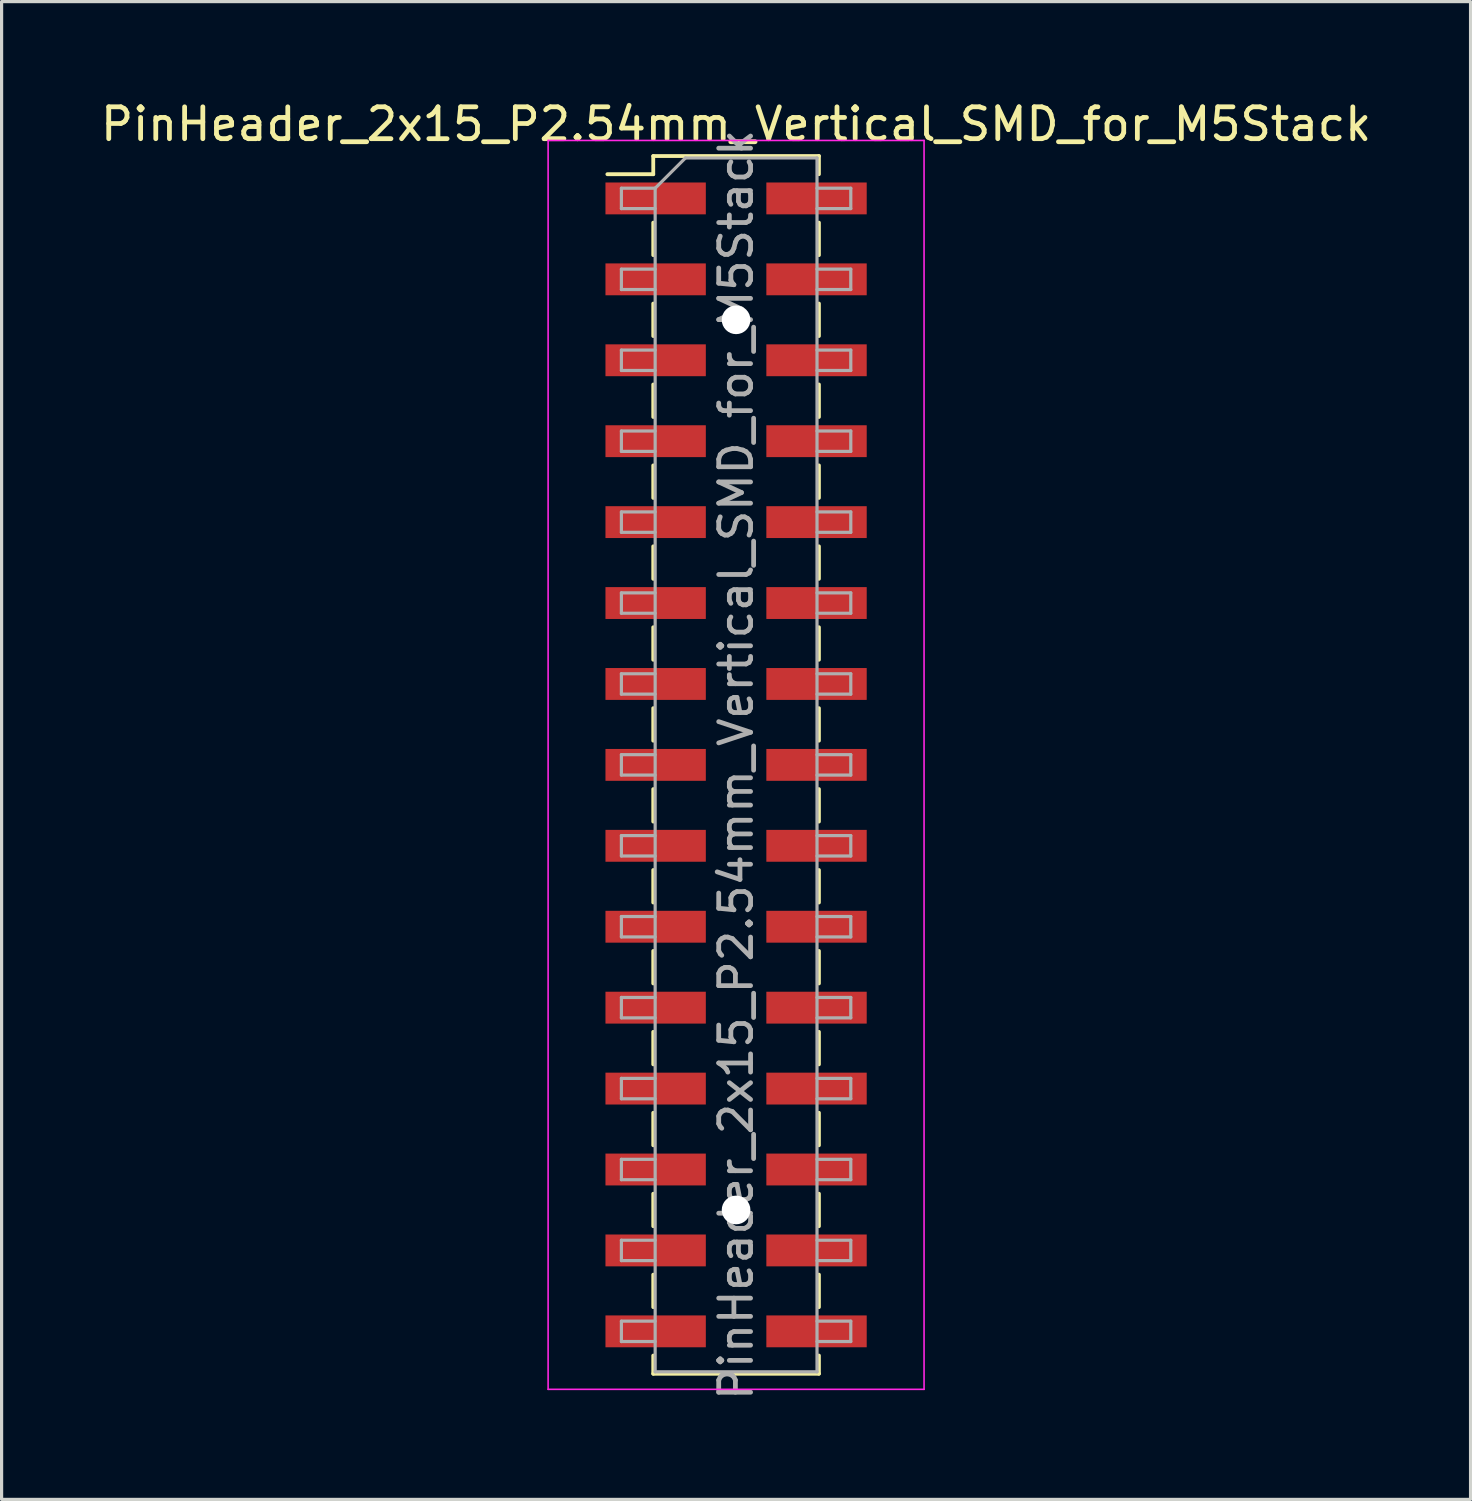
<source format=kicad_pcb>
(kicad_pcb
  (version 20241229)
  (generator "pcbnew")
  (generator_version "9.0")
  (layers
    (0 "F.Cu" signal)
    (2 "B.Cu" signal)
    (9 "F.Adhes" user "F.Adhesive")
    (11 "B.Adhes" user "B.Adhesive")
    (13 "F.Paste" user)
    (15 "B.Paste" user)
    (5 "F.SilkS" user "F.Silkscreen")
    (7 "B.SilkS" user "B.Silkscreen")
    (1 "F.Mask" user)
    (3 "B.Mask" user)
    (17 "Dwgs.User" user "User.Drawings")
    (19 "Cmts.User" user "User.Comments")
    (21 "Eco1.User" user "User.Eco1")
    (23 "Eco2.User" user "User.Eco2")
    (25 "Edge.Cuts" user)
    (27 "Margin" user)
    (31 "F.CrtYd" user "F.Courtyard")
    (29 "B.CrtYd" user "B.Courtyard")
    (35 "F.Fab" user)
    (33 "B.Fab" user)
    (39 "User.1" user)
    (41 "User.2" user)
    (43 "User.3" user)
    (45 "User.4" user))
  (footprint "PinHeader_2x15_P2.54mm_Vertical_SMD_for_M5Stack"
    (layer "F.Cu")
    (at 20.054 20.958)
    (property "Reference" "PinHeader_2x15_P2.54mm_Vertical_SMD_for_M5Stack" (at 0 -20.11 0) (layer "F.SilkS") (effects (font (size 1 1) (thickness 0.15))))
    (attr smd)
    (fp_line (start -4.04 -18.54) (end -2.6 -18.54) (stroke (width 0.12) (type solid)) (layer "F.SilkS"))
    (fp_line (start -2.6 -19.11) (end -2.6 -18.54) (stroke (width 0.12) (type solid)) (layer "F.SilkS"))
    (fp_line (start -2.6 -19.11) (end 2.6 -19.11) (stroke (width 0.12) (type solid)) (layer "F.SilkS"))
    (fp_line (start -2.6 -17.02) (end -2.6 -16) (stroke (width 0.12) (type solid)) (layer "F.SilkS"))
    (fp_line (start -2.6 -14.48) (end -2.6 -13.46) (stroke (width 0.12) (type solid)) (layer "F.SilkS"))
    (fp_line (start -2.6 -11.94) (end -2.6 -10.92) (stroke (width 0.12) (type solid)) (layer "F.SilkS"))
    (fp_line (start -2.6 -9.4) (end -2.6 -8.38) (stroke (width 0.12) (type solid)) (layer "F.SilkS"))
    (fp_line (start -2.6 -6.86) (end -2.6 -5.84) (stroke (width 0.12) (type solid)) (layer "F.SilkS"))
    (fp_line (start -2.6 -4.32) (end -2.6 -3.3) (stroke (width 0.12) (type solid)) (layer "F.SilkS"))
    (fp_line (start -2.6 -1.78) (end -2.6 -0.76) (stroke (width 0.12) (type solid)) (layer "F.SilkS"))
    (fp_line (start -2.6 0.76) (end -2.6 1.78) (stroke (width 0.12) (type solid)) (layer "F.SilkS"))
    (fp_line (start -2.6 3.3) (end -2.6 4.32) (stroke (width 0.12) (type solid)) (layer "F.SilkS"))
    (fp_line (start -2.6 5.84) (end -2.6 6.86) (stroke (width 0.12) (type solid)) (layer "F.SilkS"))
    (fp_line (start -2.6 8.38) (end -2.6 9.4) (stroke (width 0.12) (type solid)) (layer "F.SilkS"))
    (fp_line (start -2.6 10.92) (end -2.6 11.94) (stroke (width 0.12) (type solid)) (layer "F.SilkS"))
    (fp_line (start -2.6 13.46) (end -2.6 14.48) (stroke (width 0.12) (type solid)) (layer "F.SilkS"))
    (fp_line (start -2.6 16) (end -2.6 17.02) (stroke (width 0.12) (type solid)) (layer "F.SilkS"))
    (fp_line (start -2.6 18.54) (end -2.6 19.11) (stroke (width 0.12) (type solid)) (layer "F.SilkS"))
    (fp_line (start -2.6 19.11) (end 2.6 19.11) (stroke (width 0.12) (type solid)) (layer "F.SilkS"))
    (fp_line (start 2.6 -19.11) (end 2.6 -18.54) (stroke (width 0.12) (type solid)) (layer "F.SilkS"))
    (fp_line (start 2.6 -17.02) (end 2.6 -16) (stroke (width 0.12) (type solid)) (layer "F.SilkS"))
    (fp_line (start 2.6 -14.48) (end 2.6 -13.46) (stroke (width 0.12) (type solid)) (layer "F.SilkS"))
    (fp_line (start 2.6 -11.94) (end 2.6 -10.92) (stroke (width 0.12) (type solid)) (layer "F.SilkS"))
    (fp_line (start 2.6 -9.4) (end 2.6 -8.38) (stroke (width 0.12) (type solid)) (layer "F.SilkS"))
    (fp_line (start 2.6 -6.86) (end 2.6 -5.84) (stroke (width 0.12) (type solid)) (layer "F.SilkS"))
    (fp_line (start 2.6 -4.32) (end 2.6 -3.3) (stroke (width 0.12) (type solid)) (layer "F.SilkS"))
    (fp_line (start 2.6 -1.78) (end 2.6 -0.76) (stroke (width 0.12) (type solid)) (layer "F.SilkS"))
    (fp_line (start 2.6 0.76) (end 2.6 1.78) (stroke (width 0.12) (type solid)) (layer "F.SilkS"))
    (fp_line (start 2.6 3.3) (end 2.6 4.32) (stroke (width 0.12) (type solid)) (layer "F.SilkS"))
    (fp_line (start 2.6 5.84) (end 2.6 6.86) (stroke (width 0.12) (type solid)) (layer "F.SilkS"))
    (fp_line (start 2.6 8.38) (end 2.6 9.4) (stroke (width 0.12) (type solid)) (layer "F.SilkS"))
    (fp_line (start 2.6 10.92) (end 2.6 11.94) (stroke (width 0.12) (type solid)) (layer "F.SilkS"))
    (fp_line (start 2.6 13.46) (end 2.6 14.48) (stroke (width 0.12) (type solid)) (layer "F.SilkS"))
    (fp_line (start 2.6 16) (end 2.6 17.02) (stroke (width 0.12) (type solid)) (layer "F.SilkS"))
    (fp_line (start 2.6 18.54) (end 2.6 19.11) (stroke (width 0.12) (type solid)) (layer "F.SilkS"))
    (fp_line (start -5.9 -19.6) (end -5.9 19.6) (stroke (width 0.05) (type solid)) (layer "F.CrtYd"))
    (fp_line (start -5.9 19.6) (end 5.9 19.6) (stroke (width 0.05) (type solid)) (layer "F.CrtYd"))
    (fp_line (start 5.9 -19.6) (end -5.9 -19.6) (stroke (width 0.05) (type solid)) (layer "F.CrtYd"))
    (fp_line (start 5.9 19.6) (end 5.9 -19.6) (stroke (width 0.05) (type solid)) (layer "F.CrtYd"))
    (fp_line (start -3.6 -18.1) (end -3.6 -17.46) (stroke (width 0.1) (type solid)) (layer "F.Fab"))
    (fp_line (start -3.6 -17.46) (end -2.54 -17.46) (stroke (width 0.1) (type solid)) (layer "F.Fab"))
    (fp_line (start -3.6 -15.56) (end -3.6 -14.92) (stroke (width 0.1) (type solid)) (layer "F.Fab"))
    (fp_line (start -3.6 -14.92) (end -2.54 -14.92) (stroke (width 0.1) (type solid)) (layer "F.Fab"))
    (fp_line (start -3.6 -13.02) (end -3.6 -12.38) (stroke (width 0.1) (type solid)) (layer "F.Fab"))
    (fp_line (start -3.6 -12.38) (end -2.54 -12.38) (stroke (width 0.1) (type solid)) (layer "F.Fab"))
    (fp_line (start -3.6 -10.48) (end -3.6 -9.84) (stroke (width 0.1) (type solid)) (layer "F.Fab"))
    (fp_line (start -3.6 -9.84) (end -2.54 -9.84) (stroke (width 0.1) (type solid)) (layer "F.Fab"))
    (fp_line (start -3.6 -7.94) (end -3.6 -7.3) (stroke (width 0.1) (type solid)) (layer "F.Fab"))
    (fp_line (start -3.6 -7.3) (end -2.54 -7.3) (stroke (width 0.1) (type solid)) (layer "F.Fab"))
    (fp_line (start -3.6 -5.4) (end -3.6 -4.76) (stroke (width 0.1) (type solid)) (layer "F.Fab"))
    (fp_line (start -3.6 -4.76) (end -2.54 -4.76) (stroke (width 0.1) (type solid)) (layer "F.Fab"))
    (fp_line (start -3.6 -2.86) (end -3.6 -2.22) (stroke (width 0.1) (type solid)) (layer "F.Fab"))
    (fp_line (start -3.6 -2.22) (end -2.54 -2.22) (stroke (width 0.1) (type solid)) (layer "F.Fab"))
    (fp_line (start -3.6 -0.32) (end -3.6 0.32) (stroke (width 0.1) (type solid)) (layer "F.Fab"))
    (fp_line (start -3.6 0.32) (end -2.54 0.32) (stroke (width 0.1) (type solid)) (layer "F.Fab"))
    (fp_line (start -3.6 2.22) (end -3.6 2.86) (stroke (width 0.1) (type solid)) (layer "F.Fab"))
    (fp_line (start -3.6 2.86) (end -2.54 2.86) (stroke (width 0.1) (type solid)) (layer "F.Fab"))
    (fp_line (start -3.6 4.76) (end -3.6 5.4) (stroke (width 0.1) (type solid)) (layer "F.Fab"))
    (fp_line (start -3.6 5.4) (end -2.54 5.4) (stroke (width 0.1) (type solid)) (layer "F.Fab"))
    (fp_line (start -3.6 7.3) (end -3.6 7.94) (stroke (width 0.1) (type solid)) (layer "F.Fab"))
    (fp_line (start -3.6 7.94) (end -2.54 7.94) (stroke (width 0.1) (type solid)) (layer "F.Fab"))
    (fp_line (start -3.6 9.84) (end -3.6 10.48) (stroke (width 0.1) (type solid)) (layer "F.Fab"))
    (fp_line (start -3.6 10.48) (end -2.54 10.48) (stroke (width 0.1) (type solid)) (layer "F.Fab"))
    (fp_line (start -3.6 12.38) (end -3.6 13.02) (stroke (width 0.1) (type solid)) (layer "F.Fab"))
    (fp_line (start -3.6 13.02) (end -2.54 13.02) (stroke (width 0.1) (type solid)) (layer "F.Fab"))
    (fp_line (start -3.6 14.92) (end -3.6 15.56) (stroke (width 0.1) (type solid)) (layer "F.Fab"))
    (fp_line (start -3.6 15.56) (end -2.54 15.56) (stroke (width 0.1) (type solid)) (layer "F.Fab"))
    (fp_line (start -3.6 17.46) (end -3.6 18.1) (stroke (width 0.1) (type solid)) (layer "F.Fab"))
    (fp_line (start -3.6 18.1) (end -2.54 18.1) (stroke (width 0.1) (type solid)) (layer "F.Fab"))
    (fp_line (start -2.54 -18.1) (end -3.6 -18.1) (stroke (width 0.1) (type solid)) (layer "F.Fab"))
    (fp_line (start -2.54 -18.1) (end -1.59 -19.05) (stroke (width 0.1) (type solid)) (layer "F.Fab"))
    (fp_line (start -2.54 -15.56) (end -3.6 -15.56) (stroke (width 0.1) (type solid)) (layer "F.Fab"))
    (fp_line (start -2.54 -13.02) (end -3.6 -13.02) (stroke (width 0.1) (type solid)) (layer "F.Fab"))
    (fp_line (start -2.54 -10.48) (end -3.6 -10.48) (stroke (width 0.1) (type solid)) (layer "F.Fab"))
    (fp_line (start -2.54 -7.94) (end -3.6 -7.94) (stroke (width 0.1) (type solid)) (layer "F.Fab"))
    (fp_line (start -2.54 -5.4) (end -3.6 -5.4) (stroke (width 0.1) (type solid)) (layer "F.Fab"))
    (fp_line (start -2.54 -2.86) (end -3.6 -2.86) (stroke (width 0.1) (type solid)) (layer "F.Fab"))
    (fp_line (start -2.54 -0.32) (end -3.6 -0.32) (stroke (width 0.1) (type solid)) (layer "F.Fab"))
    (fp_line (start -2.54 2.22) (end -3.6 2.22) (stroke (width 0.1) (type solid)) (layer "F.Fab"))
    (fp_line (start -2.54 4.76) (end -3.6 4.76) (stroke (width 0.1) (type solid)) (layer "F.Fab"))
    (fp_line (start -2.54 7.3) (end -3.6 7.3) (stroke (width 0.1) (type solid)) (layer "F.Fab"))
    (fp_line (start -2.54 9.84) (end -3.6 9.84) (stroke (width 0.1) (type solid)) (layer "F.Fab"))
    (fp_line (start -2.54 12.38) (end -3.6 12.38) (stroke (width 0.1) (type solid)) (layer "F.Fab"))
    (fp_line (start -2.54 14.92) (end -3.6 14.92) (stroke (width 0.1) (type solid)) (layer "F.Fab"))
    (fp_line (start -2.54 17.46) (end -3.6 17.46) (stroke (width 0.1) (type solid)) (layer "F.Fab"))
    (fp_line (start -2.54 19.05) (end -2.54 -18.1) (stroke (width 0.1) (type solid)) (layer "F.Fab"))
    (fp_line (start -1.59 -19.05) (end 2.54 -19.05) (stroke (width 0.1) (type solid)) (layer "F.Fab"))
    (fp_line (start 2.54 -19.05) (end 2.54 19.05) (stroke (width 0.1) (type solid)) (layer "F.Fab"))
    (fp_line (start 2.54 -18.1) (end 3.6 -18.1) (stroke (width 0.1) (type solid)) (layer "F.Fab"))
    (fp_line (start 2.54 -15.56) (end 3.6 -15.56) (stroke (width 0.1) (type solid)) (layer "F.Fab"))
    (fp_line (start 2.54 -13.02) (end 3.6 -13.02) (stroke (width 0.1) (type solid)) (layer "F.Fab"))
    (fp_line (start 2.54 -10.48) (end 3.6 -10.48) (stroke (width 0.1) (type solid)) (layer "F.Fab"))
    (fp_line (start 2.54 -7.94) (end 3.6 -7.94) (stroke (width 0.1) (type solid)) (layer "F.Fab"))
    (fp_line (start 2.54 -5.4) (end 3.6 -5.4) (stroke (width 0.1) (type solid)) (layer "F.Fab"))
    (fp_line (start 2.54 -2.86) (end 3.6 -2.86) (stroke (width 0.1) (type solid)) (layer "F.Fab"))
    (fp_line (start 2.54 -0.32) (end 3.6 -0.32) (stroke (width 0.1) (type solid)) (layer "F.Fab"))
    (fp_line (start 2.54 2.22) (end 3.6 2.22) (stroke (width 0.1) (type solid)) (layer "F.Fab"))
    (fp_line (start 2.54 4.76) (end 3.6 4.76) (stroke (width 0.1) (type solid)) (layer "F.Fab"))
    (fp_line (start 2.54 7.3) (end 3.6 7.3) (stroke (width 0.1) (type solid)) (layer "F.Fab"))
    (fp_line (start 2.54 9.84) (end 3.6 9.84) (stroke (width 0.1) (type solid)) (layer "F.Fab"))
    (fp_line (start 2.54 12.38) (end 3.6 12.38) (stroke (width 0.1) (type solid)) (layer "F.Fab"))
    (fp_line (start 2.54 14.92) (end 3.6 14.92) (stroke (width 0.1) (type solid)) (layer "F.Fab"))
    (fp_line (start 2.54 17.46) (end 3.6 17.46) (stroke (width 0.1) (type solid)) (layer "F.Fab"))
    (fp_line (start 2.54 19.05) (end -2.54 19.05) (stroke (width 0.1) (type solid)) (layer "F.Fab"))
    (fp_line (start 3.6 -18.1) (end 3.6 -17.46) (stroke (width 0.1) (type solid)) (layer "F.Fab"))
    (fp_line (start 3.6 -17.46) (end 2.54 -17.46) (stroke (width 0.1) (type solid)) (layer "F.Fab"))
    (fp_line (start 3.6 -15.56) (end 3.6 -14.92) (stroke (width 0.1) (type solid)) (layer "F.Fab"))
    (fp_line (start 3.6 -14.92) (end 2.54 -14.92) (stroke (width 0.1) (type solid)) (layer "F.Fab"))
    (fp_line (start 3.6 -13.02) (end 3.6 -12.38) (stroke (width 0.1) (type solid)) (layer "F.Fab"))
    (fp_line (start 3.6 -12.38) (end 2.54 -12.38) (stroke (width 0.1) (type solid)) (layer "F.Fab"))
    (fp_line (start 3.6 -10.48) (end 3.6 -9.84) (stroke (width 0.1) (type solid)) (layer "F.Fab"))
    (fp_line (start 3.6 -9.84) (end 2.54 -9.84) (stroke (width 0.1) (type solid)) (layer "F.Fab"))
    (fp_line (start 3.6 -7.94) (end 3.6 -7.3) (stroke (width 0.1) (type solid)) (layer "F.Fab"))
    (fp_line (start 3.6 -7.3) (end 2.54 -7.3) (stroke (width 0.1) (type solid)) (layer "F.Fab"))
    (fp_line (start 3.6 -5.4) (end 3.6 -4.76) (stroke (width 0.1) (type solid)) (layer "F.Fab"))
    (fp_line (start 3.6 -4.76) (end 2.54 -4.76) (stroke (width 0.1) (type solid)) (layer "F.Fab"))
    (fp_line (start 3.6 -2.86) (end 3.6 -2.22) (stroke (width 0.1) (type solid)) (layer "F.Fab"))
    (fp_line (start 3.6 -2.22) (end 2.54 -2.22) (stroke (width 0.1) (type solid)) (layer "F.Fab"))
    (fp_line (start 3.6 -0.32) (end 3.6 0.32) (stroke (width 0.1) (type solid)) (layer "F.Fab"))
    (fp_line (start 3.6 0.32) (end 2.54 0.32) (stroke (width 0.1) (type solid)) (layer "F.Fab"))
    (fp_line (start 3.6 2.22) (end 3.6 2.86) (stroke (width 0.1) (type solid)) (layer "F.Fab"))
    (fp_line (start 3.6 2.86) (end 2.54 2.86) (stroke (width 0.1) (type solid)) (layer "F.Fab"))
    (fp_line (start 3.6 4.76) (end 3.6 5.4) (stroke (width 0.1) (type solid)) (layer "F.Fab"))
    (fp_line (start 3.6 5.4) (end 2.54 5.4) (stroke (width 0.1) (type solid)) (layer "F.Fab"))
    (fp_line (start 3.6 7.3) (end 3.6 7.94) (stroke (width 0.1) (type solid)) (layer "F.Fab"))
    (fp_line (start 3.6 7.94) (end 2.54 7.94) (stroke (width 0.1) (type solid)) (layer "F.Fab"))
    (fp_line (start 3.6 9.84) (end 3.6 10.48) (stroke (width 0.1) (type solid)) (layer "F.Fab"))
    (fp_line (start 3.6 10.48) (end 2.54 10.48) (stroke (width 0.1) (type solid)) (layer "F.Fab"))
    (fp_line (start 3.6 12.38) (end 3.6 13.02) (stroke (width 0.1) (type solid)) (layer "F.Fab"))
    (fp_line (start 3.6 13.02) (end 2.54 13.02) (stroke (width 0.1) (type solid)) (layer "F.Fab"))
    (fp_line (start 3.6 14.92) (end 3.6 15.56) (stroke (width 0.1) (type solid)) (layer "F.Fab"))
    (fp_line (start 3.6 15.56) (end 2.54 15.56) (stroke (width 0.1) (type solid)) (layer "F.Fab"))
    (fp_line (start 3.6 17.46) (end 3.6 18.1) (stroke (width 0.1) (type solid)) (layer "F.Fab"))
    (fp_line (start 3.6 18.1) (end 2.54 18.1) (stroke (width 0.1) (type solid)) (layer "F.Fab"))
    (fp_text user "${REFERENCE}" (at 0 0 90) (layer "F.Fab") (effects (font (size 1 1) (thickness 0.15))))
    (pad "" np_thru_hole circle (at 0 -13.97) (size 0.9 0.9) (drill 0.9) (layers "*.Cu" "*.Mask"))
    (pad "" np_thru_hole circle (at 0 13.97) (size 0.9 0.9) (drill 0.9) (layers "*.Cu" "*.Mask"))
    (pad "1" smd rect (at -2.525 -17.78) (size 3.15 1) (layers "F.Cu" "F.Mask" "F.Paste"))
    (pad "2" smd rect (at 2.525 -17.78) (size 3.15 1) (layers "F.Cu" "F.Mask" "F.Paste"))
    (pad "3" smd rect (at -2.525 -15.24) (size 3.15 1) (layers "F.Cu" "F.Mask" "F.Paste"))
    (pad "4" smd rect (at 2.525 -15.24) (size 3.15 1) (layers "F.Cu" "F.Mask" "F.Paste"))
    (pad "5" smd rect (at -2.525 -12.7) (size 3.15 1) (layers "F.Cu" "F.Mask" "F.Paste"))
    (pad "6" smd rect (at 2.525 -12.7) (size 3.15 1) (layers "F.Cu" "F.Mask" "F.Paste"))
    (pad "7" smd rect (at -2.525 -10.16) (size 3.15 1) (layers "F.Cu" "F.Mask" "F.Paste"))
    (pad "8" smd rect (at 2.525 -10.16) (size 3.15 1) (layers "F.Cu" "F.Mask" "F.Paste"))
    (pad "9" smd rect (at -2.525 -7.62) (size 3.15 1) (layers "F.Cu" "F.Mask" "F.Paste"))
    (pad "10" smd rect (at 2.525 -7.62) (size 3.15 1) (layers "F.Cu" "F.Mask" "F.Paste"))
    (pad "11" smd rect (at -2.525 -5.08) (size 3.15 1) (layers "F.Cu" "F.Mask" "F.Paste"))
    (pad "12" smd rect (at 2.525 -5.08) (size 3.15 1) (layers "F.Cu" "F.Mask" "F.Paste"))
    (pad "13" smd rect (at -2.525 -2.54) (size 3.15 1) (layers "F.Cu" "F.Mask" "F.Paste"))
    (pad "14" smd rect (at 2.525 -2.54) (size 3.15 1) (layers "F.Cu" "F.Mask" "F.Paste"))
    (pad "15" smd rect (at -2.525 0) (size 3.15 1) (layers "F.Cu" "F.Mask" "F.Paste"))
    (pad "16" smd rect (at 2.525 0) (size 3.15 1) (layers "F.Cu" "F.Mask" "F.Paste"))
    (pad "17" smd rect (at -2.525 2.54) (size 3.15 1) (layers "F.Cu" "F.Mask" "F.Paste"))
    (pad "18" smd rect (at 2.525 2.54) (size 3.15 1) (layers "F.Cu" "F.Mask" "F.Paste"))
    (pad "19" smd rect (at -2.525 5.08) (size 3.15 1) (layers "F.Cu" "F.Mask" "F.Paste"))
    (pad "20" smd rect (at 2.525 5.08) (size 3.15 1) (layers "F.Cu" "F.Mask" "F.Paste"))
    (pad "21" smd rect (at -2.525 7.62) (size 3.15 1) (layers "F.Cu" "F.Mask" "F.Paste"))
    (pad "22" smd rect (at 2.525 7.62) (size 3.15 1) (layers "F.Cu" "F.Mask" "F.Paste"))
    (pad "23" smd rect (at -2.525 10.16) (size 3.15 1) (layers "F.Cu" "F.Mask" "F.Paste"))
    (pad "24" smd rect (at 2.525 10.16) (size 3.15 1) (layers "F.Cu" "F.Mask" "F.Paste"))
    (pad "25" smd rect (at -2.525 12.7) (size 3.15 1) (layers "F.Cu" "F.Mask" "F.Paste"))
    (pad "26" smd rect (at 2.525 12.7) (size 3.15 1) (layers "F.Cu" "F.Mask" "F.Paste"))
    (pad "27" smd rect (at -2.525 15.24) (size 3.15 1) (layers "F.Cu" "F.Mask" "F.Paste"))
    (pad "28" smd rect (at 2.525 15.24) (size 3.15 1) (layers "F.Cu" "F.Mask" "F.Paste"))
    (pad "29" smd rect (at -2.525 17.78) (size 3.15 1) (layers "F.Cu" "F.Mask" "F.Paste"))
    (pad "30" smd rect (at 2.525 17.78) (size 3.15 1) (layers "F.Cu" "F.Mask" "F.Paste")))
  (gr_rect
    (start -3 -3)
    (end 43.107 44.012)
    (stroke (width 0.1) (type default))
    (fill no)
    (layer "Edge.Cuts")))
</source>
